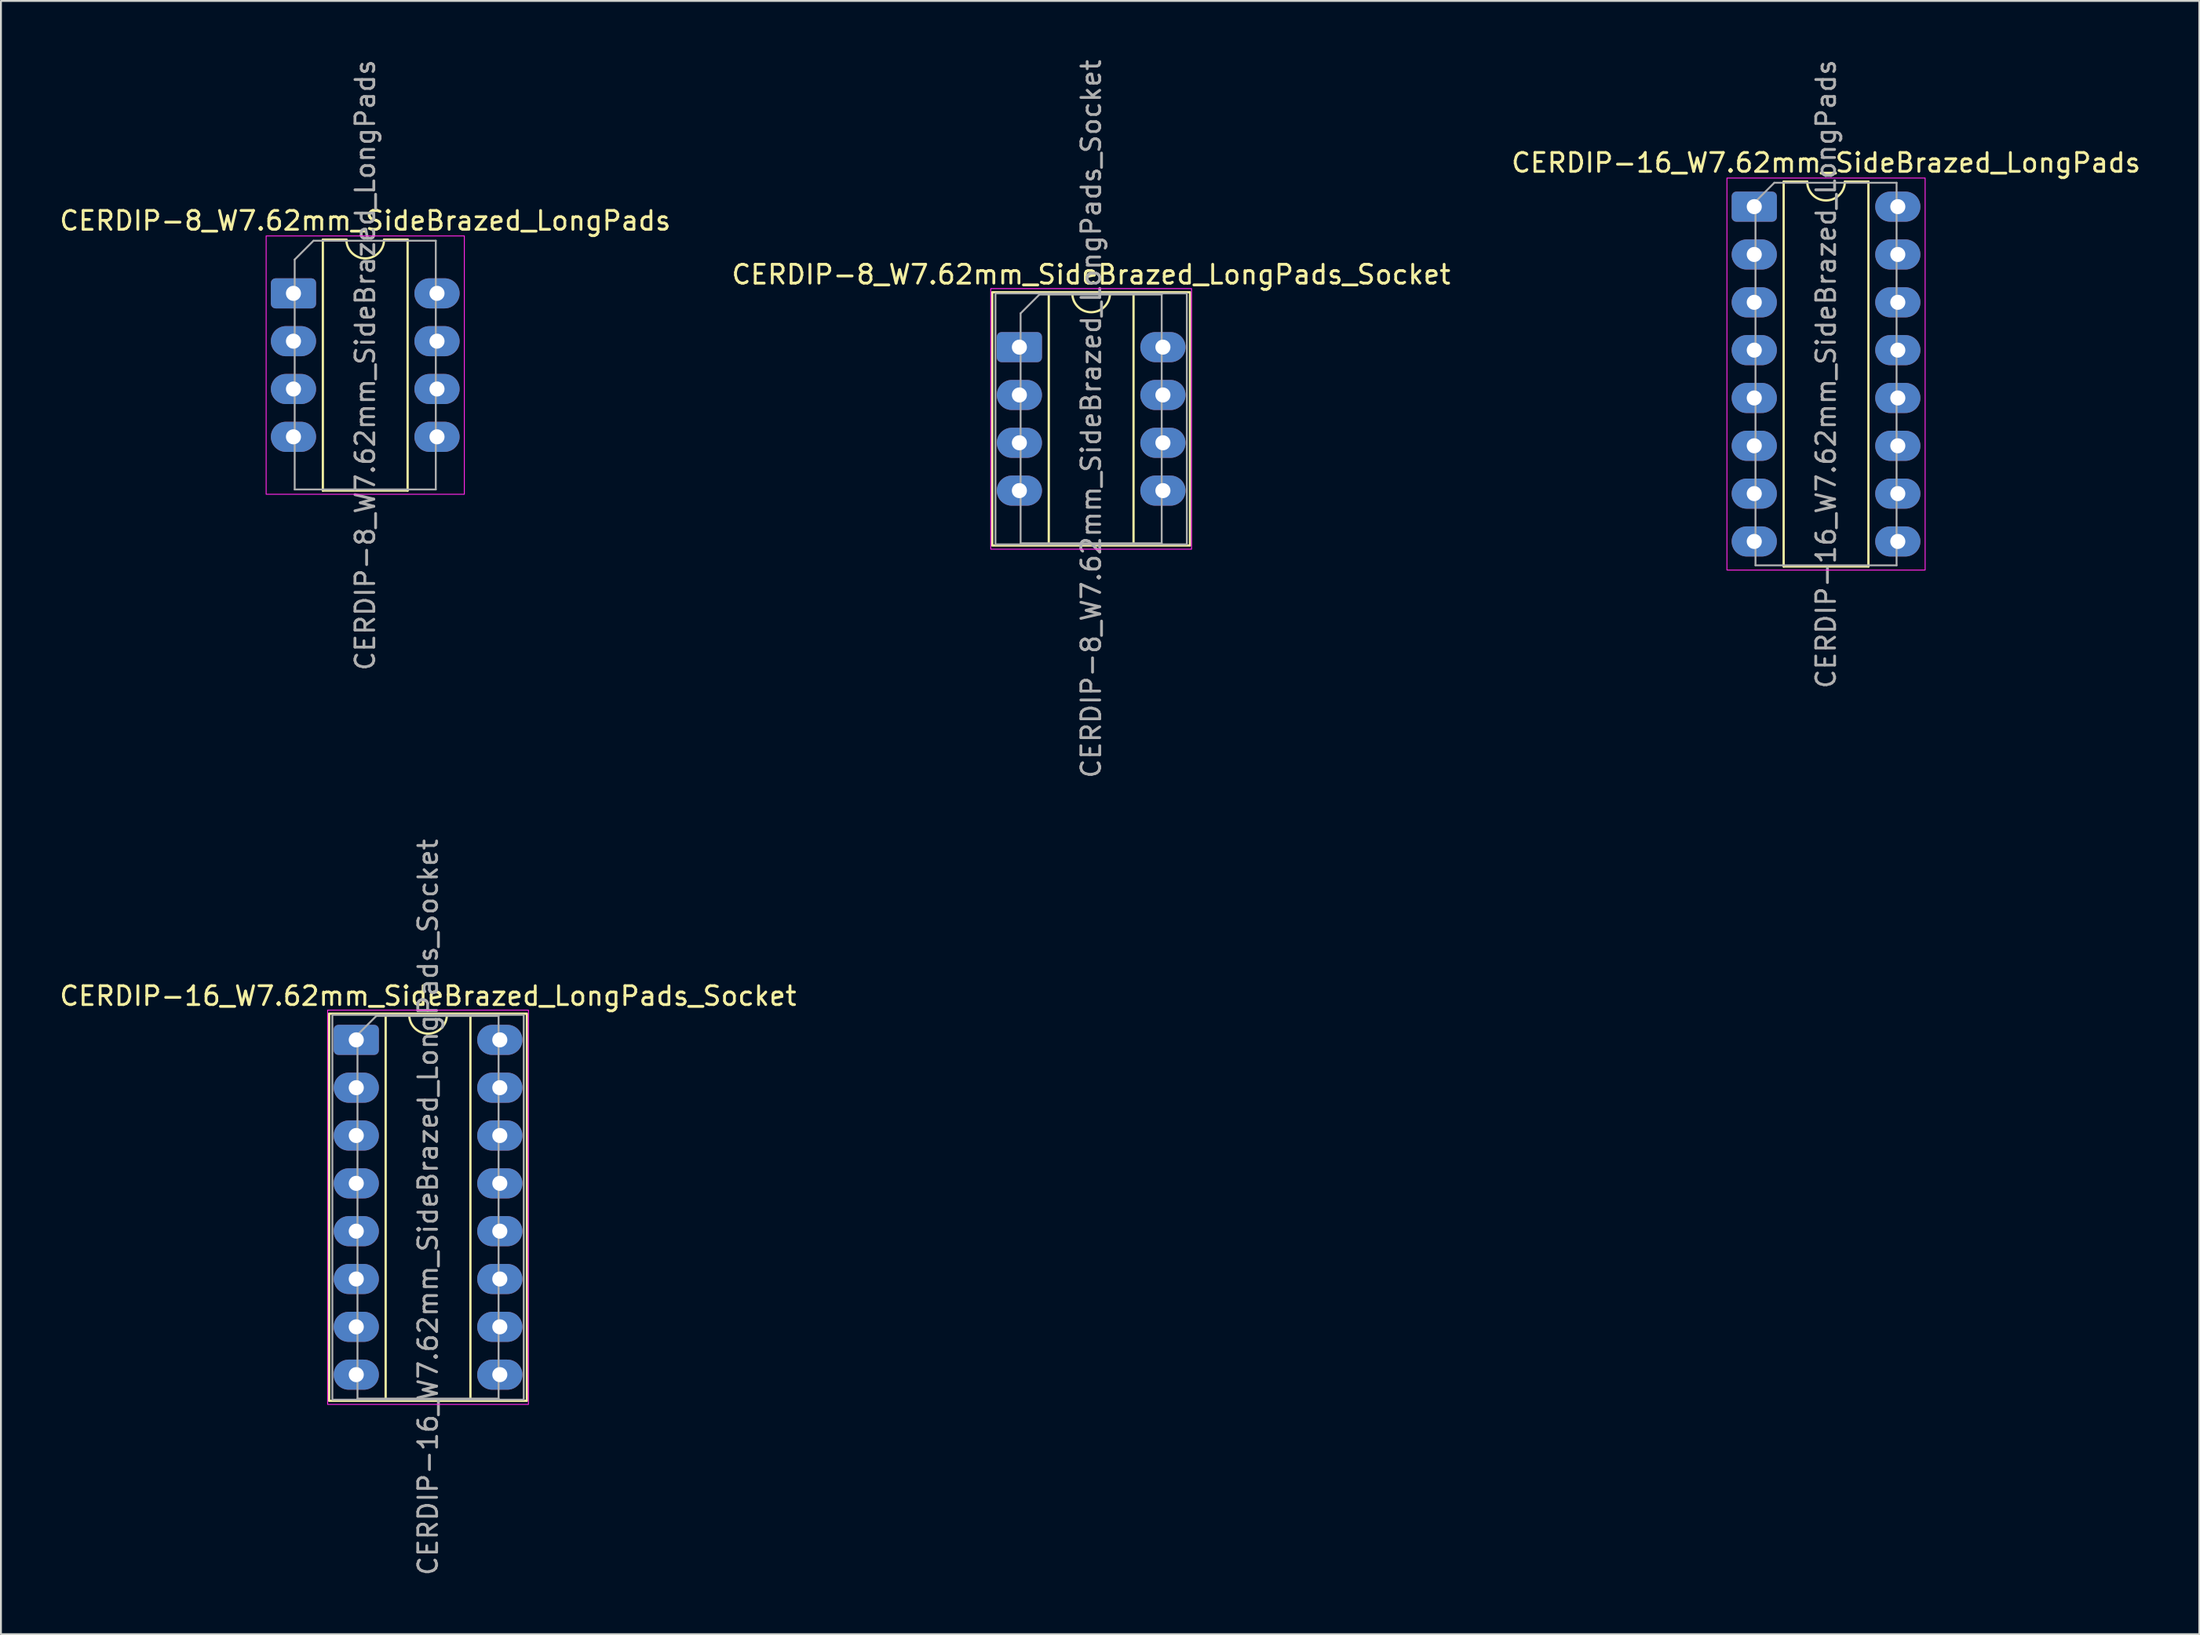
<source format=kicad_pcb>
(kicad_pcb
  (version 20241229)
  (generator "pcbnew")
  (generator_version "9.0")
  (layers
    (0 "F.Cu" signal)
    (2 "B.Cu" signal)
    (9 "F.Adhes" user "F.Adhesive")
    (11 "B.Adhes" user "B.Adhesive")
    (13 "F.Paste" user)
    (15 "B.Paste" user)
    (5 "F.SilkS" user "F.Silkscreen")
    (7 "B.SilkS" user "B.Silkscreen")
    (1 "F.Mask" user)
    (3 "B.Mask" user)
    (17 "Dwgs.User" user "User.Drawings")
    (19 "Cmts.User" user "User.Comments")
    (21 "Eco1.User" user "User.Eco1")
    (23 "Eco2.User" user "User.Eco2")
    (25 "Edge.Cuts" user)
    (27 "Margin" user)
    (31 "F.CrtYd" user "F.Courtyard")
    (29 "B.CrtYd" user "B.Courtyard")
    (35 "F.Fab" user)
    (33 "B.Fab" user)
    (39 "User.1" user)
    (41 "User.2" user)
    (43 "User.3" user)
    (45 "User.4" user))
  (footprint "CERDIP-16_W7.62mm_SideBrazed_LongPads"
    (layer "F.Cu")
    (at 90.077 7.925)
    (property "Reference" "CERDIP-16_W7.62mm_SideBrazed_LongPads" (at 3.81 -2.33 0) (layer "F.SilkS") (effects (font (size 1 1) (thickness 0.15))))
    (attr through_hole)
    (fp_line (start 1.56 -1.33) (end 1.56 19.11) (stroke (width 0.12) (type solid)) (layer "F.SilkS"))
    (fp_line (start 1.56 19.11) (end 6.06 19.11) (stroke (width 0.12) (type solid)) (layer "F.SilkS"))
    (fp_line (start 2.81 -1.33) (end 1.56 -1.33) (stroke (width 0.12) (type solid)) (layer "F.SilkS"))
    (fp_line (start 6.06 -1.33) (end 4.81 -1.33) (stroke (width 0.12) (type solid)) (layer "F.SilkS"))
    (fp_line (start 6.06 19.11) (end 6.06 -1.33) (stroke (width 0.12) (type solid)) (layer "F.SilkS"))
    (fp_arc (start 4.81 -1.33) (mid 3.81 -0.33) (end 2.81 -1.33) (stroke (width 0.12) (type solid)) (layer "F.SilkS"))
    (fp_rect (start -1.45 -1.52) (end 9.07 19.3) (stroke (width 0.05) (type solid)) (fill no) (layer "F.CrtYd"))
    (fp_line (start 0.065 -0.27) (end 1.065 -1.27) (stroke (width 0.1) (type solid)) (layer "F.Fab"))
    (fp_line (start 0.065 19.05) (end 0.065 -0.27) (stroke (width 0.1) (type solid)) (layer "F.Fab"))
    (fp_line (start 1.065 -1.27) (end 7.555 -1.27) (stroke (width 0.1) (type solid)) (layer "F.Fab"))
    (fp_line (start 7.555 -1.27) (end 7.555 19.05) (stroke (width 0.1) (type solid)) (layer "F.Fab"))
    (fp_line (start 7.555 19.05) (end 0.065 19.05) (stroke (width 0.1) (type solid)) (layer "F.Fab"))
    (fp_text user "${REFERENCE}" (at 3.81 8.89 90) (layer "F.Fab") (effects (font (size 1 1) (thickness 0.15))))
    (pad "1" thru_hole roundrect (at 0 0) (size 2.4 1.6) (drill 0.8) (layers "*.Cu" "*.Mask") (roundrect_rratio 0.156))
    (pad "2" thru_hole oval (at 0 2.54) (size 2.4 1.6) (drill 0.8) (layers "*.Cu" "*.Mask"))
    (pad "3" thru_hole oval (at 0 5.08) (size 2.4 1.6) (drill 0.8) (layers "*.Cu" "*.Mask"))
    (pad "4" thru_hole oval (at 0 7.62) (size 2.4 1.6) (drill 0.8) (layers "*.Cu" "*.Mask"))
    (pad "5" thru_hole oval (at 0 10.16) (size 2.4 1.6) (drill 0.8) (layers "*.Cu" "*.Mask"))
    (pad "6" thru_hole oval (at 0 12.7) (size 2.4 1.6) (drill 0.8) (layers "*.Cu" "*.Mask"))
    (pad "7" thru_hole oval (at 0 15.24) (size 2.4 1.6) (drill 0.8) (layers "*.Cu" "*.Mask"))
    (pad "8" thru_hole oval (at 0 17.78) (size 2.4 1.6) (drill 0.8) (layers "*.Cu" "*.Mask"))
    (pad "9" thru_hole oval (at 7.62 17.78) (size 2.4 1.6) (drill 0.8) (layers "*.Cu" "*.Mask"))
    (pad "10" thru_hole oval (at 7.62 15.24) (size 2.4 1.6) (drill 0.8) (layers "*.Cu" "*.Mask"))
    (pad "11" thru_hole oval (at 7.62 12.7) (size 2.4 1.6) (drill 0.8) (layers "*.Cu" "*.Mask"))
    (pad "12" thru_hole oval (at 7.62 10.16) (size 2.4 1.6) (drill 0.8) (layers "*.Cu" "*.Mask"))
    (pad "13" thru_hole oval (at 7.62 7.62) (size 2.4 1.6) (drill 0.8) (layers "*.Cu" "*.Mask"))
    (pad "14" thru_hole oval (at 7.62 5.08) (size 2.4 1.6) (drill 0.8) (layers "*.Cu" "*.Mask"))
    (pad "15" thru_hole oval (at 7.62 2.54) (size 2.4 1.6) (drill 0.8) (layers "*.Cu" "*.Mask"))
    (pad "16" thru_hole oval (at 7.62 0) (size 2.4 1.6) (drill 0.8) (layers "*.Cu" "*.Mask")))
  (footprint "CERDIP-16_W7.62mm_SideBrazed_LongPads_Socket"
    (layer "F.Cu")
    (at 15.863 52.175)
    (property "Reference" "CERDIP-16_W7.62mm_SideBrazed_LongPads_Socket" (at 3.81 -2.33 0) (layer "F.SilkS") (effects (font (size 1 1) (thickness 0.15))))
    (attr through_hole)
    (fp_line (start 1.56 -1.33) (end 1.56 19.11) (stroke (width 0.12) (type solid)) (layer "F.SilkS"))
    (fp_line (start 1.56 19.11) (end 6.06 19.11) (stroke (width 0.12) (type solid)) (layer "F.SilkS"))
    (fp_line (start 2.81 -1.33) (end 1.56 -1.33) (stroke (width 0.12) (type solid)) (layer "F.SilkS"))
    (fp_line (start 6.06 -1.33) (end 4.81 -1.33) (stroke (width 0.12) (type solid)) (layer "F.SilkS"))
    (fp_line (start 6.06 19.11) (end 6.06 -1.33) (stroke (width 0.12) (type solid)) (layer "F.SilkS"))
    (fp_rect (start -1.44 -1.39) (end 9.06 19.17) (stroke (width 0.12) (type solid)) (fill no) (layer "F.SilkS"))
    (fp_arc (start 4.81 -1.33) (mid 3.81 -0.33) (end 2.81 -1.33) (stroke (width 0.12) (type solid)) (layer "F.SilkS"))
    (fp_rect (start -1.52 -1.58) (end 9.14 19.36) (stroke (width 0.05) (type solid)) (fill no) (layer "F.CrtYd"))
    (fp_line (start 0.065 -0.27) (end 1.065 -1.27) (stroke (width 0.1) (type solid)) (layer "F.Fab"))
    (fp_line (start 0.065 19.05) (end 0.065 -0.27) (stroke (width 0.1) (type solid)) (layer "F.Fab"))
    (fp_line (start 1.065 -1.27) (end 7.555 -1.27) (stroke (width 0.1) (type solid)) (layer "F.Fab"))
    (fp_line (start 7.555 -1.27) (end 7.555 19.05) (stroke (width 0.1) (type solid)) (layer "F.Fab"))
    (fp_line (start 7.555 19.05) (end 0.065 19.05) (stroke (width 0.1) (type solid)) (layer "F.Fab"))
    (fp_rect (start -1.27 -1.33) (end 8.89 19.11) (stroke (width 0.1) (type solid)) (fill no) (layer "F.Fab"))
    (fp_text user "${REFERENCE}" (at 3.81 8.89 90) (layer "F.Fab") (effects (font (size 1 1) (thickness 0.15))))
    (pad "1" thru_hole roundrect (at 0 0) (size 2.4 1.6) (drill 0.8) (layers "*.Cu" "*.Mask") (roundrect_rratio 0.156))
    (pad "2" thru_hole oval (at 0 2.54) (size 2.4 1.6) (drill 0.8) (layers "*.Cu" "*.Mask"))
    (pad "3" thru_hole oval (at 0 5.08) (size 2.4 1.6) (drill 0.8) (layers "*.Cu" "*.Mask"))
    (pad "4" thru_hole oval (at 0 7.62) (size 2.4 1.6) (drill 0.8) (layers "*.Cu" "*.Mask"))
    (pad "5" thru_hole oval (at 0 10.16) (size 2.4 1.6) (drill 0.8) (layers "*.Cu" "*.Mask"))
    (pad "6" thru_hole oval (at 0 12.7) (size 2.4 1.6) (drill 0.8) (layers "*.Cu" "*.Mask"))
    (pad "7" thru_hole oval (at 0 15.24) (size 2.4 1.6) (drill 0.8) (layers "*.Cu" "*.Mask"))
    (pad "8" thru_hole oval (at 0 17.78) (size 2.4 1.6) (drill 0.8) (layers "*.Cu" "*.Mask"))
    (pad "9" thru_hole oval (at 7.62 17.78) (size 2.4 1.6) (drill 0.8) (layers "*.Cu" "*.Mask"))
    (pad "10" thru_hole oval (at 7.62 15.24) (size 2.4 1.6) (drill 0.8) (layers "*.Cu" "*.Mask"))
    (pad "11" thru_hole oval (at 7.62 12.7) (size 2.4 1.6) (drill 0.8) (layers "*.Cu" "*.Mask"))
    (pad "12" thru_hole oval (at 7.62 10.16) (size 2.4 1.6) (drill 0.8) (layers "*.Cu" "*.Mask"))
    (pad "13" thru_hole oval (at 7.62 7.62) (size 2.4 1.6) (drill 0.8) (layers "*.Cu" "*.Mask"))
    (pad "14" thru_hole oval (at 7.62 5.08) (size 2.4 1.6) (drill 0.8) (layers "*.Cu" "*.Mask"))
    (pad "15" thru_hole oval (at 7.62 2.54) (size 2.4 1.6) (drill 0.8) (layers "*.Cu" "*.Mask"))
    (pad "16" thru_hole oval (at 7.62 0) (size 2.4 1.6) (drill 0.8) (layers "*.Cu" "*.Mask")))
  (footprint "CERDIP-8_W7.62mm_SideBrazed_LongPads"
    (layer "F.Cu")
    (at 12.529 12.529)
    (property "Reference" "CERDIP-8_W7.62mm_SideBrazed_LongPads" (at 3.81 -3.855 0) (layer "F.SilkS") (effects (font (size 1 1) (thickness 0.15))))
    (attr through_hole)
    (fp_line (start 1.56 -2.855) (end 1.56 10.475) (stroke (width 0.12) (type solid)) (layer "F.SilkS"))
    (fp_line (start 1.56 10.475) (end 6.06 10.475) (stroke (width 0.12) (type solid)) (layer "F.SilkS"))
    (fp_line (start 2.81 -2.855) (end 1.56 -2.855) (stroke (width 0.12) (type solid)) (layer "F.SilkS"))
    (fp_line (start 6.06 -2.855) (end 4.81 -2.855) (stroke (width 0.12) (type solid)) (layer "F.SilkS"))
    (fp_line (start 6.06 10.475) (end 6.06 -2.855) (stroke (width 0.12) (type solid)) (layer "F.SilkS"))
    (fp_arc (start 4.81 -2.855) (mid 3.81 -1.855) (end 2.81 -2.855) (stroke (width 0.12) (type solid)) (layer "F.SilkS"))
    (fp_rect (start -1.45 -3.05) (end 9.07 10.67) (stroke (width 0.05) (type solid)) (fill no) (layer "F.CrtYd"))
    (fp_line (start 0.065 -1.795) (end 1.065 -2.795) (stroke (width 0.1) (type solid)) (layer "F.Fab"))
    (fp_line (start 0.065 10.415) (end 0.065 -1.795) (stroke (width 0.1) (type solid)) (layer "F.Fab"))
    (fp_line (start 1.065 -2.795) (end 7.555 -2.795) (stroke (width 0.1) (type solid)) (layer "F.Fab"))
    (fp_line (start 7.555 -2.795) (end 7.555 10.415) (stroke (width 0.1) (type solid)) (layer "F.Fab"))
    (fp_line (start 7.555 10.415) (end 0.065 10.415) (stroke (width 0.1) (type solid)) (layer "F.Fab"))
    (fp_text user "${REFERENCE}" (at 3.81 3.81 90) (layer "F.Fab") (effects (font (size 1 1) (thickness 0.15))))
    (pad "1" thru_hole roundrect (at 0 0) (size 2.4 1.6) (drill 0.8) (layers "*.Cu" "*.Mask") (roundrect_rratio 0.156))
    (pad "2" thru_hole oval (at 0 2.54) (size 2.4 1.6) (drill 0.8) (layers "*.Cu" "*.Mask"))
    (pad "3" thru_hole oval (at 0 5.08) (size 2.4 1.6) (drill 0.8) (layers "*.Cu" "*.Mask"))
    (pad "4" thru_hole oval (at 0 7.62) (size 2.4 1.6) (drill 0.8) (layers "*.Cu" "*.Mask"))
    (pad "5" thru_hole oval (at 7.62 7.62) (size 2.4 1.6) (drill 0.8) (layers "*.Cu" "*.Mask"))
    (pad "6" thru_hole oval (at 7.62 5.08) (size 2.4 1.6) (drill 0.8) (layers "*.Cu" "*.Mask"))
    (pad "7" thru_hole oval (at 7.62 2.54) (size 2.4 1.6) (drill 0.8) (layers "*.Cu" "*.Mask"))
    (pad "8" thru_hole oval (at 7.62 0) (size 2.4 1.6) (drill 0.8) (layers "*.Cu" "*.Mask")))
  (footprint "CERDIP-8_W7.62mm_SideBrazed_LongPads_Socket"
    (layer "F.Cu")
    (at 51.065 15.386)
    (property "Reference" "CERDIP-8_W7.62mm_SideBrazed_LongPads_Socket" (at 3.81 -3.855 0) (layer "F.SilkS") (effects (font (size 1 1) (thickness 0.15))))
    (attr through_hole)
    (fp_line (start 1.56 -2.855) (end 1.56 10.475) (stroke (width 0.12) (type solid)) (layer "F.SilkS"))
    (fp_line (start 1.56 10.475) (end 6.06 10.475) (stroke (width 0.12) (type solid)) (layer "F.SilkS"))
    (fp_line (start 2.81 -2.855) (end 1.56 -2.855) (stroke (width 0.12) (type solid)) (layer "F.SilkS"))
    (fp_line (start 6.06 -2.855) (end 4.81 -2.855) (stroke (width 0.12) (type solid)) (layer "F.SilkS"))
    (fp_line (start 6.06 10.475) (end 6.06 -2.855) (stroke (width 0.12) (type solid)) (layer "F.SilkS"))
    (fp_rect (start -1.44 -2.915) (end 9.06 10.535) (stroke (width 0.12) (type solid)) (fill no) (layer "F.SilkS"))
    (fp_arc (start 4.81 -2.855) (mid 3.81 -1.855) (end 2.81 -2.855) (stroke (width 0.12) (type solid)) (layer "F.SilkS"))
    (fp_rect (start -1.52 -3.11) (end 9.14 10.73) (stroke (width 0.05) (type solid)) (fill no) (layer "F.CrtYd"))
    (fp_line (start 0.065 -1.795) (end 1.065 -2.795) (stroke (width 0.1) (type solid)) (layer "F.Fab"))
    (fp_line (start 0.065 10.415) (end 0.065 -1.795) (stroke (width 0.1) (type solid)) (layer "F.Fab"))
    (fp_line (start 1.065 -2.795) (end 7.555 -2.795) (stroke (width 0.1) (type solid)) (layer "F.Fab"))
    (fp_line (start 7.555 -2.795) (end 7.555 10.415) (stroke (width 0.1) (type solid)) (layer "F.Fab"))
    (fp_line (start 7.555 10.415) (end 0.065 10.415) (stroke (width 0.1) (type solid)) (layer "F.Fab"))
    (fp_rect (start -1.27 -2.855) (end 8.89 10.475) (stroke (width 0.1) (type solid)) (fill no) (layer "F.Fab"))
    (fp_text user "${REFERENCE}" (at 3.81 3.81 90) (layer "F.Fab") (effects (font (size 1 1) (thickness 0.15))))
    (pad "1" thru_hole roundrect (at 0 0) (size 2.4 1.6) (drill 0.8) (layers "*.Cu" "*.Mask") (roundrect_rratio 0.156))
    (pad "2" thru_hole oval (at 0 2.54) (size 2.4 1.6) (drill 0.8) (layers "*.Cu" "*.Mask"))
    (pad "3" thru_hole oval (at 0 5.08) (size 2.4 1.6) (drill 0.8) (layers "*.Cu" "*.Mask"))
    (pad "4" thru_hole oval (at 0 7.62) (size 2.4 1.6) (drill 0.8) (layers "*.Cu" "*.Mask"))
    (pad "5" thru_hole oval (at 7.62 7.62) (size 2.4 1.6) (drill 0.8) (layers "*.Cu" "*.Mask"))
    (pad "6" thru_hole oval (at 7.62 5.08) (size 2.4 1.6) (drill 0.8) (layers "*.Cu" "*.Mask"))
    (pad "7" thru_hole oval (at 7.62 2.54) (size 2.4 1.6) (drill 0.8) (layers "*.Cu" "*.Mask"))
    (pad "8" thru_hole oval (at 7.62 0) (size 2.4 1.6) (drill 0.8) (layers "*.Cu" "*.Mask")))
  (gr_rect
    (start -3 -3)
    (end 113.702 83.738)
    (stroke (width 0.1) (type default))
    (fill no)
    (layer "Edge.Cuts")))
</source>
